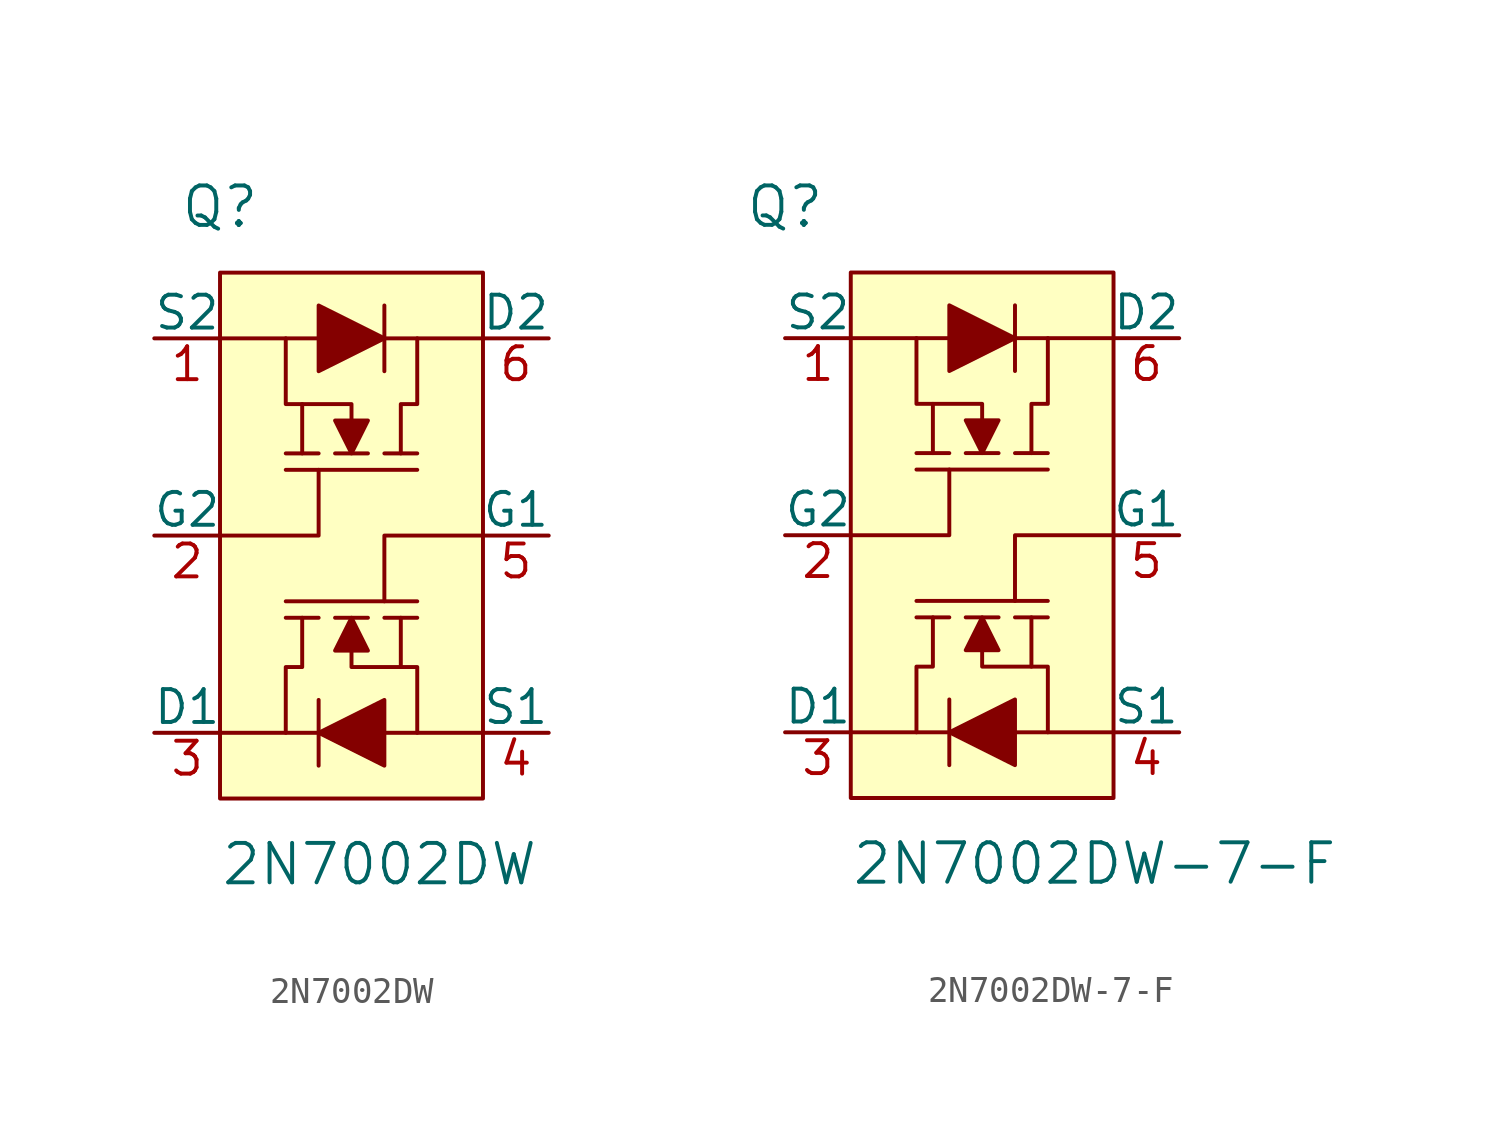
<source format=kicad_sym>
(kicad_symbol_lib
  (version 20201005)
  (generator kicad_symbol_editor)
  (symbol "2N7002DW"
    (pin_names
      (offset 0))
    (property "Reference" "Q"
      (at -5.08 10.16 0)
      (effects (font (size 1.524 1.524))))
    (property "Value" "2N7002DW"
      (at -5.08 -15.24 0)
      (effects (font (size 1.524 1.524)) (justify left)))
    (symbol "2N7002DW_0_1"
      (rectangle (start -5.08 7.62) (end 5.08 -12.7) (stroke (width 0)) (fill (type background)))
      (polyline (pts (xy -2.54 -10.16) (xy -5.08 -10.16)) (stroke (width 0)) (fill (type none)))
      (polyline (pts (xy -2.54 -5.08) (xy 2.54 -5.08)) (stroke (width 0)) (fill (type none)))
      (polyline (pts (xy -2.54 5.08) (xy -5.08 5.08)) (stroke (width 0)) (fill (type none)))
      (polyline (pts (xy -1.27 -11.43) (xy -1.27 -8.89)) (stroke (width 0)) (fill (type none)))
      (polyline (pts (xy -1.27 -5.715) (xy -2.54 -5.715)) (stroke (width 0)) (fill (type none)))
      (polyline (pts (xy -1.27 0.635) (xy -2.54 0.635)) (stroke (width 0)) (fill (type none)))
      (polyline (pts (xy -0.635 0.635) (xy 0.635 0.635)) (stroke (width 0)) (fill (type none)))
      (polyline (pts (xy 0.635 -5.715) (xy -0.635 -5.715)) (stroke (width 0)) (fill (type none)))
      (polyline (pts (xy 1.27 -5.715) (xy 2.54 -5.715)) (stroke (width 0)) (fill (type none)))
      (polyline (pts (xy 1.27 0.635) (xy 2.54 0.635)) (stroke (width 0)) (fill (type none)))
      (polyline (pts (xy 1.27 6.35) (xy 1.27 3.81)) (stroke (width 0)) (fill (type none)))
      (polyline (pts (xy 2.54 -10.16) (xy 5.08 -10.16)) (stroke (width 0)) (fill (type none)))
      (polyline (pts (xy 2.54 0) (xy -2.54 0)) (stroke (width 0)) (fill (type none)))
      (polyline (pts (xy 2.54 5.08) (xy 5.08 5.08)) (stroke (width 0)) (fill (type none)))
      (polyline (pts (xy -1.27 0) (xy -1.27 -2.54) (xy -5.08 -2.54)) (stroke (width 0)) (fill (type none)))
      (polyline (pts (xy 1.27 -5.08) (xy 1.27 -2.54) (xy 5.08 -2.54)) (stroke (width 0)) (fill (type none)))
      (polyline (pts (xy -1.905 2.54) (xy -2.54 2.54) (xy -2.54 5.08) (xy -1.27 5.08)) (stroke (width 0)) (fill (type none)))
      (polyline (pts (xy -1.27 6.35) (xy -1.27 3.81) (xy 1.27 5.08) (xy -1.27 6.35)) (stroke (width 0)) (fill (type outline)))
      (polyline (pts (xy -0.635 1.905) (xy 0 0.635) (xy 0.635 1.905) (xy -0.635 1.905)) (stroke (width 0)) (fill (type outline)))
      (polyline (pts (xy 0 -6.985) (xy 0 -7.62) (xy 1.905 -7.62) (xy 1.905 -5.715)) (stroke (width 0)) (fill (type none)))
      (polyline (pts (xy 0 1.905) (xy 0 2.54) (xy -1.905 2.54) (xy -1.905 0.635)) (stroke (width 0)) (fill (type none)))
      (polyline (pts (xy 0.635 -6.985) (xy 0 -5.715) (xy -0.635 -6.985) (xy 0.635 -6.985)) (stroke (width 0)) (fill (type outline)))
      (polyline (pts (xy 1.27 -11.43) (xy 1.27 -8.89) (xy -1.27 -10.16) (xy 1.27 -11.43)) (stroke (width 0)) (fill (type outline)))
      (polyline (pts (xy 1.905 -7.62) (xy 2.54 -7.62) (xy 2.54 -10.16) (xy 1.27 -10.16)) (stroke (width 0)) (fill (type none)))
      (polyline (pts (xy -1.905 -5.715) (xy -1.905 -7.62) (xy -2.54 -7.62) (xy -2.54 -10.16) (xy -1.27 -10.16)) (stroke (width 0)) (fill (type none)))
      (polyline (pts (xy 1.905 0.635) (xy 1.905 2.54) (xy 2.54 2.54) (xy 2.54 5.08) (xy 1.27 5.08)) (stroke (width 0)) (fill (type none))))
    (symbol "2N7002DW_1_1"
      (pin input line (at -7.62 5.08 0) (length 2.54) (name "S2" (effects (font (size 1.27 1.27)))) (number "1" (effects (font (size 1.27 1.27)))))
      (pin input line (at -7.62 -2.54 0) (length 2.54) (name "G2" (effects (font (size 1.27 1.27)))) (number "2" (effects (font (size 1.27 1.27)))))
      (pin output line (at -7.62 -10.16 0) (length 2.54) (name "D1" (effects (font (size 1.27 1.27)))) (number "3" (effects (font (size 1.27 1.27)))))
      (pin input line (at 7.62 -10.16 180) (length 2.54) (name "S1" (effects (font (size 1.27 1.27)))) (number "4" (effects (font (size 1.27 1.27)))))
      (pin input line (at 7.62 -2.54 180) (length 2.54) (name "G1" (effects (font (size 1.27 1.27)))) (number "5" (effects (font (size 1.27 1.27)))))
      (pin output line (at 7.62 5.08 180) (length 2.54) (name "D2" (effects (font (size 1.27 1.27)))) (number "6" (effects (font (size 1.27 1.27)))))))
  (symbol "2N7002DW-7-F"
    (pin_names
      (offset 0))
    (property "Reference" "Q"
      (at -7.62 10.16 0)
      (effects (font (size 1.524 1.524))))
    (property "Value" "2N7002DW-7-F"
      (at -5.08 -15.24 0)
      (effects (font (size 1.524 1.524)) (justify left)))
    (symbol "2N7002DW-7-F_0_1"
      (rectangle (start -5.08 7.62) (end 5.08 -12.7) (stroke (width 0)) (fill (type background)))
      (polyline (pts (xy -5.08 -10.16) (xy -1.27 -10.16)) (stroke (width 0)) (fill (type none)))
      (polyline (pts (xy -2.54 0) (xy 2.54 0)) (stroke (width 0)) (fill (type none)))
      (polyline (pts (xy -1.27 -11.43) (xy -1.27 -8.89)) (stroke (width 0)) (fill (type none)))
      (polyline (pts (xy -1.27 -5.715) (xy -2.54 -5.715)) (stroke (width 0)) (fill (type none)))
      (polyline (pts (xy -1.27 0.635) (xy -2.54 0.635)) (stroke (width 0)) (fill (type none)))
      (polyline (pts (xy -1.27 5.08) (xy -5.08 5.08)) (stroke (width 0)) (fill (type none)))
      (polyline (pts (xy -0.635 0.635) (xy 0.635 0.635)) (stroke (width 0)) (fill (type none)))
      (polyline (pts (xy 0.635 -5.715) (xy -0.635 -5.715)) (stroke (width 0)) (fill (type none)))
      (polyline (pts (xy 1.27 -10.16) (xy 5.08 -10.16)) (stroke (width 0)) (fill (type none)))
      (polyline (pts (xy 1.27 -5.715) (xy 2.54 -5.715)) (stroke (width 0)) (fill (type none)))
      (polyline (pts (xy 1.27 0.635) (xy 2.54 0.635)) (stroke (width 0)) (fill (type none)))
      (polyline (pts (xy 1.27 6.35) (xy 1.27 3.81)) (stroke (width 0)) (fill (type none)))
      (polyline (pts (xy 2.54 -5.08) (xy -2.54 -5.08)) (stroke (width 0)) (fill (type none)))
      (polyline (pts (xy 5.08 5.08) (xy 1.27 5.08)) (stroke (width 0)) (fill (type none)))
      (polyline (pts (xy -5.08 -2.54) (xy -1.27 -2.54) (xy -1.27 0)) (stroke (width 0)) (fill (type none)))
      (polyline (pts (xy -1.905 2.54) (xy -2.54 2.54) (xy -2.54 5.08)) (stroke (width 0)) (fill (type none)))
      (polyline (pts (xy 1.905 -7.62) (xy 2.54 -7.62) (xy 2.54 -10.16)) (stroke (width 0)) (fill (type none)))
      (polyline (pts (xy 5.08 -2.54) (xy 1.27 -2.54) (xy 1.27 -5.08)) (stroke (width 0)) (fill (type none)))
      (polyline (pts (xy -1.905 -5.715) (xy -1.905 -7.62) (xy -2.54 -7.62) (xy -2.54 -10.16)) (stroke (width 0)) (fill (type none)))
      (polyline (pts (xy -1.27 6.35) (xy -1.27 3.81) (xy 1.27 5.08) (xy -1.27 6.35)) (stroke (width 0)) (fill (type outline)))
      (polyline (pts (xy -0.635 1.905) (xy 0 0.635) (xy 0.635 1.905) (xy -0.635 1.905)) (stroke (width 0)) (fill (type outline)))
      (polyline (pts (xy 0 -6.985) (xy 0 -7.62) (xy 1.905 -7.62) (xy 1.905 -5.715)) (stroke (width 0)) (fill (type none)))
      (polyline (pts (xy 0 1.905) (xy 0 2.54) (xy -1.905 2.54) (xy -1.905 0.635)) (stroke (width 0)) (fill (type none)))
      (polyline (pts (xy 0.635 -6.985) (xy 0 -5.715) (xy -0.635 -6.985) (xy 0.635 -6.985)) (stroke (width 0)) (fill (type outline)))
      (polyline (pts (xy 1.27 -11.43) (xy 1.27 -8.89) (xy -1.27 -10.16) (xy 1.27 -11.43)) (stroke (width 0)) (fill (type outline)))
      (polyline (pts (xy 1.905 0.635) (xy 1.905 2.54) (xy 2.54 2.54) (xy 2.54 5.08)) (stroke (width 0)) (fill (type none))))
    (symbol "2N7002DW-7-F_1_1"
      (pin input line (at -7.62 5.08 0) (length 2.54) (name "S2" (effects (font (size 1.27 1.27)))) (number "1" (effects (font (size 1.27 1.27)))))
      (pin input line (at -7.62 -2.54 0) (length 2.54) (name "G2" (effects (font (size 1.27 1.27)))) (number "2" (effects (font (size 1.27 1.27)))))
      (pin output line (at -7.62 -10.16 0) (length 2.54) (name "D1" (effects (font (size 1.27 1.27)))) (number "3" (effects (font (size 1.27 1.27)))))
      (pin input line (at 7.62 -10.16 180) (length 2.54) (name "S1" (effects (font (size 1.27 1.27)))) (number "4" (effects (font (size 1.27 1.27)))))
      (pin input line (at 7.62 -2.54 180) (length 2.54) (name "G1" (effects (font (size 1.27 1.27)))) (number "5" (effects (font (size 1.27 1.27)))))
      (pin output line (at 7.62 5.08 180) (length 2.54) (name "D2" (effects (font (size 1.27 1.27)))) (number "6" (effects (font (size 1.27 1.27))))))))
</source>
